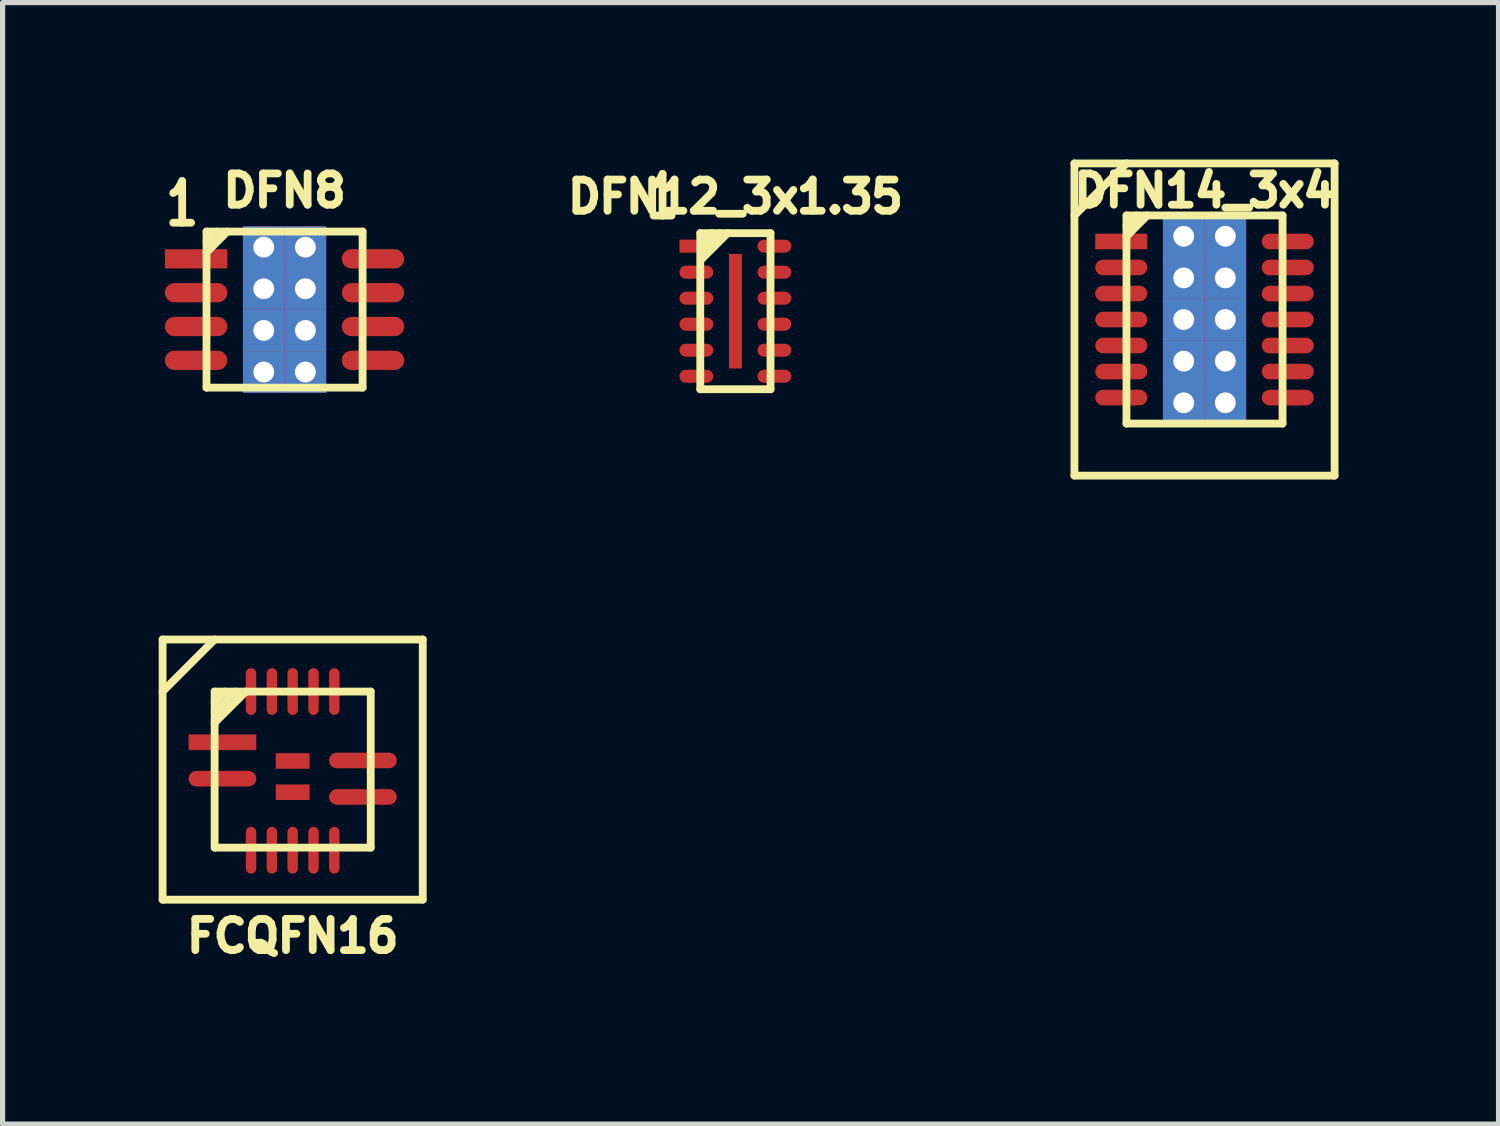
<source format=kicad_pcb>
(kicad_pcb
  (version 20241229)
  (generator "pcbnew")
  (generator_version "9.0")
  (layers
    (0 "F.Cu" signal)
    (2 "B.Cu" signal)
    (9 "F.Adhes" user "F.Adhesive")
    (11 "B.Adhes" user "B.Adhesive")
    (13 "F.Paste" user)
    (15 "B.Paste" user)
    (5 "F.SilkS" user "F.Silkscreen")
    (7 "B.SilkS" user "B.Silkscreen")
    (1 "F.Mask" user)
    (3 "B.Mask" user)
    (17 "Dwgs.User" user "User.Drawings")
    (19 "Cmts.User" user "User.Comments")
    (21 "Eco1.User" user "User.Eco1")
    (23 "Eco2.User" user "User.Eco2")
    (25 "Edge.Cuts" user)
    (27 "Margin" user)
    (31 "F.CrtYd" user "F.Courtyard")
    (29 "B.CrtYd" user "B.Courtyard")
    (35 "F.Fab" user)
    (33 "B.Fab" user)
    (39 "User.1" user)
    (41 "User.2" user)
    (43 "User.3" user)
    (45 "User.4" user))
  (footprint "FCQFN16"
    (layer "F.Cu")
    (at 2.575 11.741)
    (property "Reference" "FCQFN16" (at 0 3.2 0) (layer "F.SilkS") (effects (font (size 0.6 0.6) (thickness 0.15))))
    (attr smd)
    (fp_line (start -2.5 -2.5) (end 2.5 -2.5) (stroke (width 0.15) (type solid)) (layer "F.SilkS"))
    (fp_line (start -2.5 2.5) (end -2.5 -2.5) (stroke (width 0.15) (type solid)) (layer "F.SilkS"))
    (fp_line (start -1.5 -2.5) (end -2.5 -1.5) (stroke (width 0.15) (type solid)) (layer "F.SilkS"))
    (fp_line (start -1.5 -1.5) (end 1.5 -1.5) (stroke (width 0.15) (type solid)) (layer "F.SilkS"))
    (fp_line (start -1.5 -1.3) (end -1.3 -1.5) (stroke (width 0.15) (type solid)) (layer "F.SilkS"))
    (fp_line (start -1.5 -1.1) (end -1.1 -1.5) (stroke (width 0.15) (type solid)) (layer "F.SilkS"))
    (fp_line (start -1.5 1.5) (end -1.5 -1.5) (stroke (width 0.15) (type solid)) (layer "F.SilkS"))
    (fp_line (start -0.9 -1.5) (end -1.5 -0.9) (stroke (width 0.15) (type solid)) (layer "F.SilkS"))
    (fp_line (start 1.5 -1.5) (end 1.5 1.5) (stroke (width 0.15) (type solid)) (layer "F.SilkS"))
    (fp_line (start 1.5 1.5) (end -1.5 1.5) (stroke (width 0.15) (type solid)) (layer "F.SilkS"))
    (fp_line (start 2.5 -2.5) (end 2.5 2.5) (stroke (width 0.15) (type solid)) (layer "F.SilkS"))
    (fp_line (start 2.5 2.5) (end -2.5 2.5) (stroke (width 0.15) (type solid)) (layer "F.SilkS"))
    (pad "1" smd rect (at -1.35 -0.525) (size 1.3 0.3) (layers "F.Cu" "F.Mask" "F.Paste"))
    (pad "2" smd oval (at -1.35 0.175) (size 1.3 0.3) (layers "F.Cu" "F.Mask" "F.Paste"))
    (pad "3" smd oval (at -0.8 1.55 270) (size 0.9 0.2) (layers "F.Cu" "F.Mask" "F.Paste"))
    (pad "4" smd oval (at -0.4 1.55 270) (size 0.9 0.2) (layers "F.Cu" "F.Mask" "F.Paste"))
    (pad "5" smd oval (at 0 1.55 270) (size 0.9 0.2) (layers "F.Cu" "F.Mask" "F.Paste"))
    (pad "6" smd oval (at 0.4 1.55 270) (size 0.9 0.2) (layers "F.Cu" "F.Mask" "F.Paste"))
    (pad "7" smd oval (at 0.8 1.55 270) (size 0.9 0.2) (layers "F.Cu" "F.Mask" "F.Paste"))
    (pad "8" smd oval (at 1.35 0.525) (size 1.3 0.3) (layers "F.Cu" "F.Mask" "F.Paste"))
    (pad "9" smd oval (at 1.35 -0.175) (size 1.3 0.3) (layers "F.Cu" "F.Mask" "F.Paste"))
    (pad "10" smd oval (at 0.8 -1.5 270) (size 0.9 0.2) (layers "F.Cu" "F.Mask" "F.Paste"))
    (pad "11" smd oval (at 0.4 -1.5 270) (size 0.9 0.2) (layers "F.Cu" "F.Mask" "F.Paste"))
    (pad "12" smd oval (at 0 -1.5 270) (size 0.9 0.2) (layers "F.Cu" "F.Mask" "F.Paste"))
    (pad "13" smd oval (at -0.4 -1.5 270) (size 0.9 0.2) (layers "F.Cu" "F.Mask" "F.Paste"))
    (pad "14" smd oval (at -0.8 -1.5 270) (size 0.9 0.2) (layers "F.Cu" "F.Mask" "F.Paste"))
    (pad "15" smd rect (at 0 -0.165) (size 0.65 0.3) (layers "F.Cu" "F.Mask" "F.Paste"))
    (pad "16" smd rect (at 0 0.435) (size 0.65 0.3) (layers "F.Cu" "F.Mask" "F.Paste")))
  (footprint "DFN14_3x4"
    (layer "F.Cu")
    (at 20.1 3.091)
    (property "Reference" "DFN14_3x4" (at 0 -2.477 0) (layer "F.SilkS") (effects (font (size 0.6 0.6) (thickness 0.15))))
    (attr smd)
    (fp_line (start -2.5 -3) (end -2.5 3) (stroke (width 0.15) (type solid)) (layer "F.SilkS"))
    (fp_line (start -1.5 -3) (end -2.5 -2) (stroke (width 0.15) (type solid)) (layer "F.SilkS"))
    (fp_line (start -1.5 -2) (end 1.5 -2) (stroke (width 0.15) (type solid)) (layer "F.SilkS"))
    (fp_line (start -1.5 2) (end -1.5 -2) (stroke (width 0.15) (type solid)) (layer "F.SilkS"))
    (fp_line (start -1.3 -2) (end -1.5 -1.8) (stroke (width 0.15) (type solid)) (layer "F.SilkS"))
    (fp_line (start -1.1 -2) (end -1.5 -1.6) (stroke (width 0.15) (type solid)) (layer "F.SilkS"))
    (fp_line (start 1.5 -2) (end 1.5 2) (stroke (width 0.15) (type solid)) (layer "F.SilkS"))
    (fp_line (start 1.5 2) (end -1.5 2) (stroke (width 0.15) (type solid)) (layer "F.SilkS"))
    (fp_line (start 2.5 -3) (end -2.5 -3) (stroke (width 0.15) (type solid)) (layer "F.SilkS"))
    (fp_line (start 2.5 -3) (end 2.5 3) (stroke (width 0.15) (type solid)) (layer "F.SilkS"))
    (fp_line (start 2.5 3) (end -2.5 3) (stroke (width 0.15) (type solid)) (layer "F.SilkS"))
    (pad "1" smd rect (at -1.6 -1.5) (size 1 0.3) (layers "F.Cu" "F.Mask" "F.Paste"))
    (pad "2" smd oval (at -1.6 -1) (size 1 0.3) (layers "F.Cu" "F.Mask" "F.Paste"))
    (pad "3" smd oval (at -1.6 -0.5) (size 1 0.3) (layers "F.Cu" "F.Mask" "F.Paste"))
    (pad "4" smd oval (at -1.6 0) (size 1 0.3) (layers "F.Cu" "F.Mask" "F.Paste"))
    (pad "5" smd oval (at -1.6 0.5) (size 1 0.3) (layers "F.Cu" "F.Mask" "F.Paste"))
    (pad "6" smd oval (at -1.6 1) (size 1 0.3) (layers "F.Cu" "F.Mask" "F.Paste"))
    (pad "7" smd oval (at -1.6 1.5) (size 1 0.3) (layers "F.Cu" "F.Mask" "F.Paste"))
    (pad "8" smd oval (at 1.6 1.5) (size 1 0.3) (layers "F.Cu" "F.Mask" "F.Paste"))
    (pad "9" smd oval (at 1.6 1) (size 1 0.3) (layers "F.Cu" "F.Mask" "F.Paste"))
    (pad "10" smd oval (at 1.6 0.5) (size 1 0.3) (layers "F.Cu" "F.Mask" "F.Paste"))
    (pad "11" smd oval (at 1.6 0) (size 1 0.3) (layers "F.Cu" "F.Mask" "F.Paste"))
    (pad "12" smd oval (at 1.6 -0.5) (size 1 0.3) (layers "F.Cu" "F.Mask" "F.Paste"))
    (pad "13" smd oval (at 1.6 -1) (size 1 0.3) (layers "F.Cu" "F.Mask" "F.Paste"))
    (pad "14" smd oval (at 1.6 -1.5) (size 1 0.3) (layers "F.Cu" "F.Mask" "F.Paste"))
    (pad "PAD" thru_hole rect (at -0.4 -1.6) (size 0.8 0.8) (drill 0.4) (layers "*.Cu" "*.Mask" "F.Paste"))
    (pad "PAD" thru_hole rect (at -0.4 -0.8) (size 0.8 0.8) (drill 0.4) (layers "*.Cu" "*.Mask" "F.Paste"))
    (pad "PAD" thru_hole rect (at -0.4 0) (size 0.8 0.8) (drill 0.4) (layers "*.Cu" "*.Mask" "F.Paste"))
    (pad "PAD" thru_hole rect (at -0.4 0.8) (size 0.8 0.8) (drill 0.4) (layers "*.Cu" "*.Mask" "F.Paste"))
    (pad "PAD" thru_hole rect (at -0.4 1.6) (size 0.8 0.8) (drill 0.4) (layers "*.Cu" "*.Mask" "F.Paste"))
    (pad "PAD" thru_hole rect (at 0.4 -1.6) (size 0.8 0.8) (drill 0.4) (layers "*.Cu" "*.Mask" "F.Paste"))
    (pad "PAD" thru_hole rect (at 0.4 -0.8) (size 0.8 0.8) (drill 0.4) (layers "*.Cu" "*.Mask" "F.Paste"))
    (pad "PAD" thru_hole rect (at 0.4 0) (size 0.8 0.8) (drill 0.4) (layers "*.Cu" "*.Mask" "F.Paste"))
    (pad "PAD" thru_hole rect (at 0.4 0.8) (size 0.8 0.8) (drill 0.4) (layers "*.Cu" "*.Mask" "F.Paste"))
    (pad "PAD" thru_hole rect (at 0.4 1.6) (size 0.8 0.8) (drill 0.4) (layers "*.Cu" "*.Mask" "F.Paste")))
  (footprint "DFN12_3x1.35"
    (layer "F.Cu")
    (at 11.084 2.931)
    (property "Reference" "DFN12_3x1.35" (at 0 -2.2 0) (layer "F.SilkS") (effects (font (size 0.6 0.6) (thickness 0.15))))
    (attr smd)
    (fp_line (start -0.675 -1.5) (end 0.675 -1.5) (stroke (width 0.15) (type solid)) (layer "F.SilkS"))
    (fp_line (start -0.675 1.5) (end -0.675 -1.5) (stroke (width 0.15) (type solid)) (layer "F.SilkS"))
    (fp_line (start -0.45 -1.5) (end -0.65 -1.3) (stroke (width 0.15) (type solid)) (layer "F.SilkS"))
    (fp_line (start -0.3 -1.5) (end -0.65 -1.15) (stroke (width 0.15) (type solid)) (layer "F.SilkS"))
    (fp_line (start -0.15 -1.5) (end -0.65 -1) (stroke (width 0.15) (type solid)) (layer "F.SilkS"))
    (fp_line (start 0.675 -1.5) (end 0.675 1.5) (stroke (width 0.15) (type solid)) (layer "F.SilkS"))
    (fp_line (start 0.675 1.5) (end -0.675 1.5) (stroke (width 0.15) (type solid)) (layer "F.SilkS"))
    (fp_text user "1" (at -1.4 -2.2 0) (layer "F.SilkS") (effects (font (size 0.8 0.6) (thickness 0.15))))
    (pad "1" smd rect (at -0.75 -1.25) (size 0.65 0.25) (layers "F.Cu" "F.Mask" "F.Paste"))
    (pad "2" smd oval (at -0.75 -0.75) (size 0.65 0.25) (layers "F.Cu" "F.Mask" "F.Paste"))
    (pad "3" smd oval (at -0.75 -0.25) (size 0.65 0.25) (layers "F.Cu" "F.Mask" "F.Paste"))
    (pad "4" smd oval (at -0.75 0.25) (size 0.65 0.25) (layers "F.Cu" "F.Mask" "F.Paste"))
    (pad "5" smd oval (at -0.75 0.75) (size 0.65 0.25) (layers "F.Cu" "F.Mask" "F.Paste"))
    (pad "6" smd oval (at -0.75 1.25) (size 0.65 0.25) (layers "F.Cu" "F.Mask" "F.Paste"))
    (pad "7" smd oval (at 0.75 1.25) (size 0.65 0.25) (layers "F.Cu" "F.Mask" "F.Paste"))
    (pad "8" smd oval (at 0.75 0.75) (size 0.65 0.25) (layers "F.Cu" "F.Mask" "F.Paste"))
    (pad "9" smd oval (at 0.75 0.25) (size 0.65 0.25) (layers "F.Cu" "F.Mask" "F.Paste"))
    (pad "10" smd oval (at 0.75 -0.25) (size 0.65 0.25) (layers "F.Cu" "F.Mask" "F.Paste"))
    (pad "11" smd oval (at 0.75 -0.75) (size 0.65 0.25) (layers "F.Cu" "F.Mask" "F.Paste"))
    (pad "12" smd oval (at 0.75 -1.25) (size 0.65 0.25) (layers "F.Cu" "F.Mask" "F.Paste"))
    (pad "PAD" smd rect (at 0 0) (size 0.25 2.2) (layers "F.Cu" "F.Mask" "F.Paste")))
  (footprint "DFN8"
    (layer "F.Cu")
    (at 2.419 2.9)
    (property "Reference" "DFN8" (at 0 -2.286 0) (layer "F.SilkS") (effects (font (size 0.6 0.6) (thickness 0.15))))
    (attr smd)
    (fp_line (start -1.5 -1.5) (end 1.5 -1.5) (stroke (width 0.15) (type solid)) (layer "F.SilkS"))
    (fp_line (start -1.5 1.5) (end -1.5 -1.5) (stroke (width 0.15) (type solid)) (layer "F.SilkS"))
    (fp_line (start -1.3 -1.5) (end -1.5 -1.3) (stroke (width 0.15) (type solid)) (layer "F.SilkS"))
    (fp_line (start -1.1 -1.5) (end -1.5 -1.1) (stroke (width 0.15) (type solid)) (layer "F.SilkS"))
    (fp_line (start 1.5 -1.5) (end 1.5 1.5) (stroke (width 0.15) (type solid)) (layer "F.SilkS"))
    (fp_line (start 1.5 1.5) (end -1.5 1.5) (stroke (width 0.15) (type solid)) (layer "F.SilkS"))
    (fp_text user "1" (at -1.968 -2.032 0) (layer "F.SilkS") (effects (font (size 0.8 0.6) (thickness 0.15))))
    (pad "1" smd rect (at -1.7 -0.975) (size 1.2 0.37) (layers "F.Cu" "F.Mask" "F.Paste"))
    (pad "2" smd oval (at -1.7 -0.325) (size 1.2 0.37) (layers "F.Cu" "F.Mask" "F.Paste"))
    (pad "3" smd oval (at -1.7 0.325) (size 1.2 0.37) (layers "F.Cu" "F.Mask" "F.Paste"))
    (pad "4" smd oval (at -1.7 0.975) (size 1.2 0.37) (layers "F.Cu" "F.Mask" "F.Paste"))
    (pad "5" smd oval (at 1.7 0.975) (size 1.2 0.37) (layers "F.Cu" "F.Mask" "F.Paste"))
    (pad "6" smd oval (at 1.7 0.325) (size 1.2 0.37) (layers "F.Cu" "F.Mask" "F.Paste"))
    (pad "7" smd oval (at 1.7 -0.325) (size 1.2 0.37) (layers "F.Cu" "F.Mask" "F.Paste"))
    (pad "8" smd oval (at 1.7 -0.975) (size 1.2 0.37) (layers "F.Cu" "F.Mask" "F.Paste"))
    (pad "PAD" thru_hole rect (at -0.4 -1.2) (size 0.8 0.8) (drill 0.4) (layers "*.Cu" "*.Mask" "F.Paste"))
    (pad "PAD" thru_hole rect (at -0.4 -0.4) (size 0.8 0.8) (drill 0.4) (layers "*.Cu" "*.Mask" "F.Paste"))
    (pad "PAD" thru_hole rect (at -0.4 0.4) (size 0.8 0.8) (drill 0.4) (layers "*.Cu" "*.Mask" "F.Paste"))
    (pad "PAD" thru_hole rect (at -0.4 1.2) (size 0.8 0.8) (drill 0.4) (layers "*.Cu" "*.Mask" "F.Paste"))
    (pad "PAD" thru_hole rect (at 0.4 -1.2) (size 0.8 0.8) (drill 0.4) (layers "*.Cu" "*.Mask" "F.Paste"))
    (pad "PAD" thru_hole rect (at 0.4 -0.4) (size 0.8 0.8) (drill 0.4) (layers "*.Cu" "*.Mask" "F.Paste"))
    (pad "PAD" thru_hole rect (at 0.4 0.4) (size 0.8 0.8) (drill 0.4) (layers "*.Cu" "*.Mask" "F.Paste"))
    (pad "PAD" thru_hole rect (at 0.4 1.2) (size 0.8 0.8) (drill 0.4) (layers "*.Cu" "*.Mask" "F.Paste")))
  (gr_rect
    (start -3 -3)
    (end 25.751 18.555)
    (stroke (width 0.1) (type default))
    (fill no)
    (layer "Edge.Cuts")))
</source>
